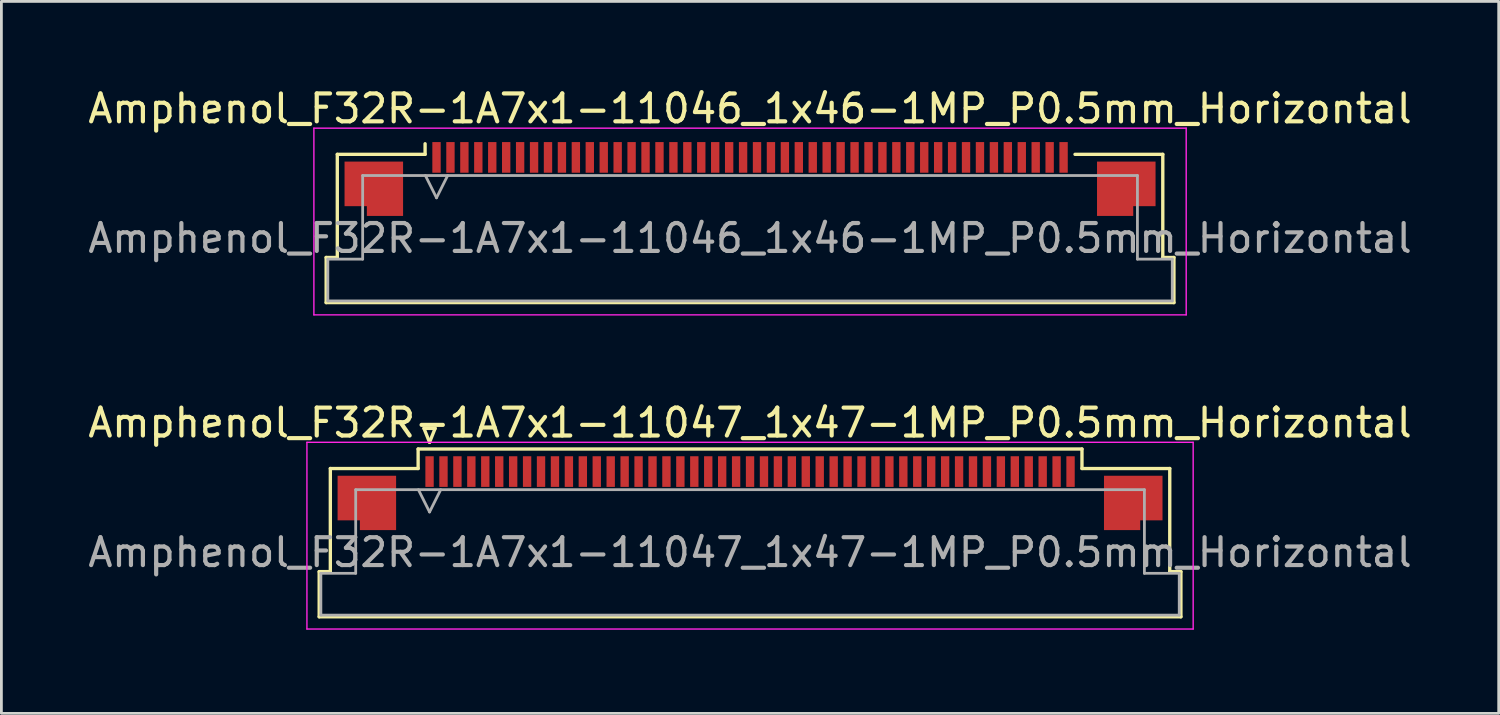
<source format=kicad_pcb>
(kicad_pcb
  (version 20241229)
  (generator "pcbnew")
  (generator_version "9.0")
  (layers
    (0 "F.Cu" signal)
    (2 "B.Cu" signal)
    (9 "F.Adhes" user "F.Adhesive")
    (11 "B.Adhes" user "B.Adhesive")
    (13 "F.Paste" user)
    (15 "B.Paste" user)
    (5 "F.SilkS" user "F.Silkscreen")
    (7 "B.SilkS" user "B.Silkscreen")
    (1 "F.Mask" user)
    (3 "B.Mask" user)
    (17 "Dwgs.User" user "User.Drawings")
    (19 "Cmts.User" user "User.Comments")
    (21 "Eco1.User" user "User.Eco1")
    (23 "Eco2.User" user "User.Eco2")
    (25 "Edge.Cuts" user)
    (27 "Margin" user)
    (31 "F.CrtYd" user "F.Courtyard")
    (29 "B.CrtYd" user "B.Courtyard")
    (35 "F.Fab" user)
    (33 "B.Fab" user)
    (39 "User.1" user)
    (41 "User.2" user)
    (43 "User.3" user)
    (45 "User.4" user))
  (footprint "Amphenol_F32R-1A7x1-11047_1x47-1MP_P0.5mm_Horizontal"
    (layer "F.Cu")
    (at 23.863 16.771)
    (property "Reference" "Amphenol_F32R-1A7x1-11047_1x47-1MP_P0.5mm_Horizontal" (at 0 -4.65 0) (layer "F.SilkS") (effects (font (size 1 1) (thickness 0.15))))
    (attr smd)
    (fp_line (start -15.46 0.69) (end -15.06 0.69) (stroke (width 0.12) (type solid)) (layer "F.SilkS"))
    (fp_line (start -15.46 2.31) (end -15.46 0.69) (stroke (width 0.12) (type solid)) (layer "F.SilkS"))
    (fp_line (start -15.06 -3.01) (end -11.91 -3.01) (stroke (width 0.12) (type solid)) (layer "F.SilkS"))
    (fp_line (start -15.06 0.69) (end -15.06 -3.01) (stroke (width 0.12) (type solid)) (layer "F.SilkS"))
    (fp_line (start -11.91 -3.71) (end 11.91 -3.71) (stroke (width 0.12) (type solid)) (layer "F.SilkS"))
    (fp_line (start -11.91 -3.01) (end -11.91 -3.71) (stroke (width 0.12) (type solid)) (layer "F.SilkS"))
    (fp_line (start -11.7 -4.45) (end -11.5 -3.95) (stroke (width 0.12) (type solid)) (layer "F.SilkS"))
    (fp_line (start -11.5 -3.95) (end -11.3 -4.45) (stroke (width 0.12) (type solid)) (layer "F.SilkS"))
    (fp_line (start -11.3 -4.45) (end -11.7 -4.45) (stroke (width 0.12) (type solid)) (layer "F.SilkS"))
    (fp_line (start 11.91 -3.71) (end 11.91 -3.01) (stroke (width 0.12) (type solid)) (layer "F.SilkS"))
    (fp_line (start 11.91 -3.01) (end 15.06 -3.01) (stroke (width 0.12) (type solid)) (layer "F.SilkS"))
    (fp_line (start 15.06 -3.01) (end 15.06 0.69) (stroke (width 0.12) (type solid)) (layer "F.SilkS"))
    (fp_line (start 15.06 0.69) (end 15.46 0.69) (stroke (width 0.12) (type solid)) (layer "F.SilkS"))
    (fp_line (start 15.46 0.69) (end 15.46 2.31) (stroke (width 0.12) (type solid)) (layer "F.SilkS"))
    (fp_line (start 15.46 2.31) (end -15.46 2.31) (stroke (width 0.12) (type solid)) (layer "F.SilkS"))
    (fp_line (start -15.9 -3.95) (end -15.9 2.75) (stroke (width 0.05) (type solid)) (layer "F.CrtYd"))
    (fp_line (start -15.9 2.75) (end 15.9 2.75) (stroke (width 0.05) (type solid)) (layer "F.CrtYd"))
    (fp_line (start 15.9 -3.95) (end -15.9 -3.95) (stroke (width 0.05) (type solid)) (layer "F.CrtYd"))
    (fp_line (start 15.9 2.75) (end 15.9 -3.95) (stroke (width 0.05) (type solid)) (layer "F.CrtYd"))
    (fp_line (start -15.4 0.75) (end -14.15 0.75) (stroke (width 0.1) (type solid)) (layer "F.Fab"))
    (fp_line (start -15.4 2.25) (end -15.4 0.75) (stroke (width 0.1) (type solid)) (layer "F.Fab"))
    (fp_line (start -14.15 -2.25) (end 14.15 -2.25) (stroke (width 0.1) (type solid)) (layer "F.Fab"))
    (fp_line (start -14.15 0.75) (end -14.15 -2.25) (stroke (width 0.1) (type solid)) (layer "F.Fab"))
    (fp_line (start -11.9 -2.25) (end -11.5 -1.45) (stroke (width 0.1) (type solid)) (layer "F.Fab"))
    (fp_line (start -11.5 -1.45) (end -11.1 -2.25) (stroke (width 0.1) (type solid)) (layer "F.Fab"))
    (fp_line (start 14.15 -2.25) (end 14.15 0.75) (stroke (width 0.1) (type solid)) (layer "F.Fab"))
    (fp_line (start 14.15 0.75) (end 15.4 0.75) (stroke (width 0.1) (type solid)) (layer "F.Fab"))
    (fp_line (start 15.4 0.75) (end 15.4 2.25) (stroke (width 0.1) (type solid)) (layer "F.Fab"))
    (fp_line (start 15.4 2.25) (end -15.4 2.25) (stroke (width 0.1) (type solid)) (layer "F.Fab"))
    (fp_text user "${REFERENCE}" (at 0 0 0) (layer "F.Fab") (effects (font (size 1 1) (thickness 0.15))))
    (pad "1" smd rect (at -11.5 -2.9) (size 0.3 1.1) (layers "F.Cu" "F.Mask" "F.Paste"))
    (pad "2" smd rect (at -11 -2.9) (size 0.3 1.1) (layers "F.Cu" "F.Mask" "F.Paste"))
    (pad "3" smd rect (at -10.5 -2.9) (size 0.3 1.1) (layers "F.Cu" "F.Mask" "F.Paste"))
    (pad "4" smd rect (at -10 -2.9) (size 0.3 1.1) (layers "F.Cu" "F.Mask" "F.Paste"))
    (pad "5" smd rect (at -9.5 -2.9) (size 0.3 1.1) (layers "F.Cu" "F.Mask" "F.Paste"))
    (pad "6" smd rect (at -9 -2.9) (size 0.3 1.1) (layers "F.Cu" "F.Mask" "F.Paste"))
    (pad "7" smd rect (at -8.5 -2.9) (size 0.3 1.1) (layers "F.Cu" "F.Mask" "F.Paste"))
    (pad "8" smd rect (at -8 -2.9) (size 0.3 1.1) (layers "F.Cu" "F.Mask" "F.Paste"))
    (pad "9" smd rect (at -7.5 -2.9) (size 0.3 1.1) (layers "F.Cu" "F.Mask" "F.Paste"))
    (pad "10" smd rect (at -7 -2.9) (size 0.3 1.1) (layers "F.Cu" "F.Mask" "F.Paste"))
    (pad "11" smd rect (at -6.5 -2.9) (size 0.3 1.1) (layers "F.Cu" "F.Mask" "F.Paste"))
    (pad "12" smd rect (at -6 -2.9) (size 0.3 1.1) (layers "F.Cu" "F.Mask" "F.Paste"))
    (pad "13" smd rect (at -5.5 -2.9) (size 0.3 1.1) (layers "F.Cu" "F.Mask" "F.Paste"))
    (pad "14" smd rect (at -5 -2.9) (size 0.3 1.1) (layers "F.Cu" "F.Mask" "F.Paste"))
    (pad "15" smd rect (at -4.5 -2.9) (size 0.3 1.1) (layers "F.Cu" "F.Mask" "F.Paste"))
    (pad "16" smd rect (at -4 -2.9) (size 0.3 1.1) (layers "F.Cu" "F.Mask" "F.Paste"))
    (pad "17" smd rect (at -3.5 -2.9) (size 0.3 1.1) (layers "F.Cu" "F.Mask" "F.Paste"))
    (pad "18" smd rect (at -3 -2.9) (size 0.3 1.1) (layers "F.Cu" "F.Mask" "F.Paste"))
    (pad "19" smd rect (at -2.5 -2.9) (size 0.3 1.1) (layers "F.Cu" "F.Mask" "F.Paste"))
    (pad "20" smd rect (at -2 -2.9) (size 0.3 1.1) (layers "F.Cu" "F.Mask" "F.Paste"))
    (pad "21" smd rect (at -1.5 -2.9) (size 0.3 1.1) (layers "F.Cu" "F.Mask" "F.Paste"))
    (pad "22" smd rect (at -1 -2.9) (size 0.3 1.1) (layers "F.Cu" "F.Mask" "F.Paste"))
    (pad "23" smd rect (at -0.5 -2.9) (size 0.3 1.1) (layers "F.Cu" "F.Mask" "F.Paste"))
    (pad "24" smd rect (at 0 -2.9) (size 0.3 1.1) (layers "F.Cu" "F.Mask" "F.Paste"))
    (pad "25" smd rect (at 0.5 -2.9) (size 0.3 1.1) (layers "F.Cu" "F.Mask" "F.Paste"))
    (pad "26" smd rect (at 1 -2.9) (size 0.3 1.1) (layers "F.Cu" "F.Mask" "F.Paste"))
    (pad "27" smd rect (at 1.5 -2.9) (size 0.3 1.1) (layers "F.Cu" "F.Mask" "F.Paste"))
    (pad "28" smd rect (at 2 -2.9) (size 0.3 1.1) (layers "F.Cu" "F.Mask" "F.Paste"))
    (pad "29" smd rect (at 2.5 -2.9) (size 0.3 1.1) (layers "F.Cu" "F.Mask" "F.Paste"))
    (pad "30" smd rect (at 3 -2.9) (size 0.3 1.1) (layers "F.Cu" "F.Mask" "F.Paste"))
    (pad "31" smd rect (at 3.5 -2.9) (size 0.3 1.1) (layers "F.Cu" "F.Mask" "F.Paste"))
    (pad "32" smd rect (at 4 -2.9) (size 0.3 1.1) (layers "F.Cu" "F.Mask" "F.Paste"))
    (pad "33" smd rect (at 4.5 -2.9) (size 0.3 1.1) (layers "F.Cu" "F.Mask" "F.Paste"))
    (pad "34" smd rect (at 5 -2.9) (size 0.3 1.1) (layers "F.Cu" "F.Mask" "F.Paste"))
    (pad "35" smd rect (at 5.5 -2.9) (size 0.3 1.1) (layers "F.Cu" "F.Mask" "F.Paste"))
    (pad "36" smd rect (at 6 -2.9) (size 0.3 1.1) (layers "F.Cu" "F.Mask" "F.Paste"))
    (pad "37" smd rect (at 6.5 -2.9) (size 0.3 1.1) (layers "F.Cu" "F.Mask" "F.Paste"))
    (pad "38" smd rect (at 7 -2.9) (size 0.3 1.1) (layers "F.Cu" "F.Mask" "F.Paste"))
    (pad "39" smd rect (at 7.5 -2.9) (size 0.3 1.1) (layers "F.Cu" "F.Mask" "F.Paste"))
    (pad "40" smd rect (at 8 -2.9) (size 0.3 1.1) (layers "F.Cu" "F.Mask" "F.Paste"))
    (pad "41" smd rect (at 8.5 -2.9) (size 0.3 1.1) (layers "F.Cu" "F.Mask" "F.Paste"))
    (pad "42" smd rect (at 9 -2.9) (size 0.3 1.1) (layers "F.Cu" "F.Mask" "F.Paste"))
    (pad "43" smd rect (at 9.5 -2.9) (size 0.3 1.1) (layers "F.Cu" "F.Mask" "F.Paste"))
    (pad "44" smd rect (at 10 -2.9) (size 0.3 1.1) (layers "F.Cu" "F.Mask" "F.Paste"))
    (pad "45" smd rect (at 10.5 -2.9) (size 0.3 1.1) (layers "F.Cu" "F.Mask" "F.Paste"))
    (pad "46" smd rect (at 11 -2.9) (size 0.3 1.1) (layers "F.Cu" "F.Mask" "F.Paste"))
    (pad "47" smd rect (at 11.5 -2.9) (size 0.3 1.1) (layers "F.Cu" "F.Mask" "F.Paste"))
    (pad "MP" smd custom (at -13.75 -1.775) (size 1 1) (layers "F.Cu" "F.Mask" "F.Paste") (options (anchor circle)) (primitives (gr_poly (pts (xy 1.05 -0.975) (xy 1.05 0.975) (xy -0.25 0.975) (xy -0.25 0.625) (xy -1.05 0.625) (xy -1.05 -0.975) (xy 1.05 -0.975)) (width 0) (fill yes))))
    (pad "MP" smd custom (at 13.75 -1.775) (size 1 1) (layers "F.Cu" "F.Mask" "F.Paste") (options (anchor circle)) (primitives (gr_poly (pts (xy -1.05 -0.975) (xy -1.05 0.975) (xy 0.25 0.975) (xy 0.25 0.625) (xy 1.05 0.625) (xy 1.05 -0.975) (xy -1.05 -0.975)) (width 0) (fill yes)))))
  (footprint "Amphenol_F32R-1A7x1-11046_1x46-1MP_P0.5mm_Horizontal"
    (layer "F.Cu")
    (at 23.863 5.498)
    (property "Reference" "Amphenol_F32R-1A7x1-11046_1x46-1MP_P0.5mm_Horizontal" (at 0 -4.65 0) (layer "F.SilkS") (effects (font (size 1 1) (thickness 0.15))))
    (attr smd)
    (fp_line (start -15.21 0.69) (end -14.81 0.69) (stroke (width 0.12) (type solid)) (layer "F.SilkS"))
    (fp_line (start -15.21 2.31) (end -15.21 0.69) (stroke (width 0.12) (type solid)) (layer "F.SilkS"))
    (fp_line (start -14.81 -3.01) (end -11.66 -3.01) (stroke (width 0.12) (type solid)) (layer "F.SilkS"))
    (fp_line (start -14.81 0.69) (end -14.81 -3.01) (stroke (width 0.12) (type solid)) (layer "F.SilkS"))
    (fp_line (start -11.66 -3.01) (end -11.66 -3.39) (stroke (width 0.12) (type solid)) (layer "F.SilkS"))
    (fp_line (start 11.66 -3.01) (end 14.81 -3.01) (stroke (width 0.12) (type solid)) (layer "F.SilkS"))
    (fp_line (start 14.81 -3.01) (end 14.81 0.69) (stroke (width 0.12) (type solid)) (layer "F.SilkS"))
    (fp_line (start 14.81 0.69) (end 15.21 0.69) (stroke (width 0.12) (type solid)) (layer "F.SilkS"))
    (fp_line (start 15.21 0.69) (end 15.21 2.31) (stroke (width 0.12) (type solid)) (layer "F.SilkS"))
    (fp_line (start 15.21 2.31) (end -15.21 2.31) (stroke (width 0.12) (type solid)) (layer "F.SilkS"))
    (fp_line (start -15.65 -3.95) (end -15.65 2.75) (stroke (width 0.05) (type solid)) (layer "F.CrtYd"))
    (fp_line (start -15.65 2.75) (end 15.65 2.75) (stroke (width 0.05) (type solid)) (layer "F.CrtYd"))
    (fp_line (start 15.65 -3.95) (end -15.65 -3.95) (stroke (width 0.05) (type solid)) (layer "F.CrtYd"))
    (fp_line (start 15.65 2.75) (end 15.65 -3.95) (stroke (width 0.05) (type solid)) (layer "F.CrtYd"))
    (fp_line (start -15.15 0.75) (end -13.9 0.75) (stroke (width 0.1) (type solid)) (layer "F.Fab"))
    (fp_line (start -15.15 2.25) (end -15.15 0.75) (stroke (width 0.1) (type solid)) (layer "F.Fab"))
    (fp_line (start -13.9 -2.25) (end 13.9 -2.25) (stroke (width 0.1) (type solid)) (layer "F.Fab"))
    (fp_line (start -13.9 0.75) (end -13.9 -2.25) (stroke (width 0.1) (type solid)) (layer "F.Fab"))
    (fp_line (start -11.65 -2.25) (end -11.25 -1.45) (stroke (width 0.1) (type solid)) (layer "F.Fab"))
    (fp_line (start -11.25 -1.45) (end -10.85 -2.25) (stroke (width 0.1) (type solid)) (layer "F.Fab"))
    (fp_line (start 13.9 -2.25) (end 13.9 0.75) (stroke (width 0.1) (type solid)) (layer "F.Fab"))
    (fp_line (start 13.9 0.75) (end 15.15 0.75) (stroke (width 0.1) (type solid)) (layer "F.Fab"))
    (fp_line (start 15.15 0.75) (end 15.15 2.25) (stroke (width 0.1) (type solid)) (layer "F.Fab"))
    (fp_line (start 15.15 2.25) (end -15.15 2.25) (stroke (width 0.1) (type solid)) (layer "F.Fab"))
    (fp_text user "${REFERENCE}" (at 0 0 0) (layer "F.Fab") (effects (font (size 1 1) (thickness 0.15))))
    (pad "1" smd rect (at -11.25 -2.9) (size 0.3 1.1) (layers "F.Cu" "F.Mask" "F.Paste"))
    (pad "2" smd rect (at -10.75 -2.9) (size 0.3 1.1) (layers "F.Cu" "F.Mask" "F.Paste"))
    (pad "3" smd rect (at -10.25 -2.9) (size 0.3 1.1) (layers "F.Cu" "F.Mask" "F.Paste"))
    (pad "4" smd rect (at -9.75 -2.9) (size 0.3 1.1) (layers "F.Cu" "F.Mask" "F.Paste"))
    (pad "5" smd rect (at -9.25 -2.9) (size 0.3 1.1) (layers "F.Cu" "F.Mask" "F.Paste"))
    (pad "6" smd rect (at -8.75 -2.9) (size 0.3 1.1) (layers "F.Cu" "F.Mask" "F.Paste"))
    (pad "7" smd rect (at -8.25 -2.9) (size 0.3 1.1) (layers "F.Cu" "F.Mask" "F.Paste"))
    (pad "8" smd rect (at -7.75 -2.9) (size 0.3 1.1) (layers "F.Cu" "F.Mask" "F.Paste"))
    (pad "9" smd rect (at -7.25 -2.9) (size 0.3 1.1) (layers "F.Cu" "F.Mask" "F.Paste"))
    (pad "10" smd rect (at -6.75 -2.9) (size 0.3 1.1) (layers "F.Cu" "F.Mask" "F.Paste"))
    (pad "11" smd rect (at -6.25 -2.9) (size 0.3 1.1) (layers "F.Cu" "F.Mask" "F.Paste"))
    (pad "12" smd rect (at -5.75 -2.9) (size 0.3 1.1) (layers "F.Cu" "F.Mask" "F.Paste"))
    (pad "13" smd rect (at -5.25 -2.9) (size 0.3 1.1) (layers "F.Cu" "F.Mask" "F.Paste"))
    (pad "14" smd rect (at -4.75 -2.9) (size 0.3 1.1) (layers "F.Cu" "F.Mask" "F.Paste"))
    (pad "15" smd rect (at -4.25 -2.9) (size 0.3 1.1) (layers "F.Cu" "F.Mask" "F.Paste"))
    (pad "16" smd rect (at -3.75 -2.9) (size 0.3 1.1) (layers "F.Cu" "F.Mask" "F.Paste"))
    (pad "17" smd rect (at -3.25 -2.9) (size 0.3 1.1) (layers "F.Cu" "F.Mask" "F.Paste"))
    (pad "18" smd rect (at -2.75 -2.9) (size 0.3 1.1) (layers "F.Cu" "F.Mask" "F.Paste"))
    (pad "19" smd rect (at -2.25 -2.9) (size 0.3 1.1) (layers "F.Cu" "F.Mask" "F.Paste"))
    (pad "20" smd rect (at -1.75 -2.9) (size 0.3 1.1) (layers "F.Cu" "F.Mask" "F.Paste"))
    (pad "21" smd rect (at -1.25 -2.9) (size 0.3 1.1) (layers "F.Cu" "F.Mask" "F.Paste"))
    (pad "22" smd rect (at -0.75 -2.9) (size 0.3 1.1) (layers "F.Cu" "F.Mask" "F.Paste"))
    (pad "23" smd rect (at -0.25 -2.9) (size 0.3 1.1) (layers "F.Cu" "F.Mask" "F.Paste"))
    (pad "24" smd rect (at 0.25 -2.9) (size 0.3 1.1) (layers "F.Cu" "F.Mask" "F.Paste"))
    (pad "25" smd rect (at 0.75 -2.9) (size 0.3 1.1) (layers "F.Cu" "F.Mask" "F.Paste"))
    (pad "26" smd rect (at 1.25 -2.9) (size 0.3 1.1) (layers "F.Cu" "F.Mask" "F.Paste"))
    (pad "27" smd rect (at 1.75 -2.9) (size 0.3 1.1) (layers "F.Cu" "F.Mask" "F.Paste"))
    (pad "28" smd rect (at 2.25 -2.9) (size 0.3 1.1) (layers "F.Cu" "F.Mask" "F.Paste"))
    (pad "29" smd rect (at 2.75 -2.9) (size 0.3 1.1) (layers "F.Cu" "F.Mask" "F.Paste"))
    (pad "30" smd rect (at 3.25 -2.9) (size 0.3 1.1) (layers "F.Cu" "F.Mask" "F.Paste"))
    (pad "31" smd rect (at 3.75 -2.9) (size 0.3 1.1) (layers "F.Cu" "F.Mask" "F.Paste"))
    (pad "32" smd rect (at 4.25 -2.9) (size 0.3 1.1) (layers "F.Cu" "F.Mask" "F.Paste"))
    (pad "33" smd rect (at 4.75 -2.9) (size 0.3 1.1) (layers "F.Cu" "F.Mask" "F.Paste"))
    (pad "34" smd rect (at 5.25 -2.9) (size 0.3 1.1) (layers "F.Cu" "F.Mask" "F.Paste"))
    (pad "35" smd rect (at 5.75 -2.9) (size 0.3 1.1) (layers "F.Cu" "F.Mask" "F.Paste"))
    (pad "36" smd rect (at 6.25 -2.9) (size 0.3 1.1) (layers "F.Cu" "F.Mask" "F.Paste"))
    (pad "37" smd rect (at 6.75 -2.9) (size 0.3 1.1) (layers "F.Cu" "F.Mask" "F.Paste"))
    (pad "38" smd rect (at 7.25 -2.9) (size 0.3 1.1) (layers "F.Cu" "F.Mask" "F.Paste"))
    (pad "39" smd rect (at 7.75 -2.9) (size 0.3 1.1) (layers "F.Cu" "F.Mask" "F.Paste"))
    (pad "40" smd rect (at 8.25 -2.9) (size 0.3 1.1) (layers "F.Cu" "F.Mask" "F.Paste"))
    (pad "41" smd rect (at 8.75 -2.9) (size 0.3 1.1) (layers "F.Cu" "F.Mask" "F.Paste"))
    (pad "42" smd rect (at 9.25 -2.9) (size 0.3 1.1) (layers "F.Cu" "F.Mask" "F.Paste"))
    (pad "43" smd rect (at 9.75 -2.9) (size 0.3 1.1) (layers "F.Cu" "F.Mask" "F.Paste"))
    (pad "44" smd rect (at 10.25 -2.9) (size 0.3 1.1) (layers "F.Cu" "F.Mask" "F.Paste"))
    (pad "45" smd rect (at 10.75 -2.9) (size 0.3 1.1) (layers "F.Cu" "F.Mask" "F.Paste"))
    (pad "46" smd rect (at 11.25 -2.9) (size 0.3 1.1) (layers "F.Cu" "F.Mask" "F.Paste"))
    (pad "MP" smd custom (at -13.5 -1.775) (size 1 1) (layers "F.Cu" "F.Mask" "F.Paste") (options (anchor circle)) (primitives (gr_poly (pts (xy 1.05 -0.975) (xy 1.05 0.975) (xy -0.25 0.975) (xy -0.25 0.625) (xy -1.05 0.625) (xy -1.05 -0.975) (xy 1.05 -0.975)) (width 0) (fill yes))))
    (pad "MP" smd custom (at 13.5 -1.775) (size 1 1) (layers "F.Cu" "F.Mask" "F.Paste") (options (anchor circle)) (primitives (gr_poly (pts (xy -1.05 -0.975) (xy -1.05 0.975) (xy 0.25 0.975) (xy 0.25 0.625) (xy 1.05 0.625) (xy 1.05 -0.975) (xy -1.05 -0.975)) (width 0) (fill yes)))))
  (gr_rect
    (start -3 -3)
    (end 50.726 22.547)
    (stroke (width 0.1) (type default))
    (fill no)
    (layer "Edge.Cuts")))
</source>
